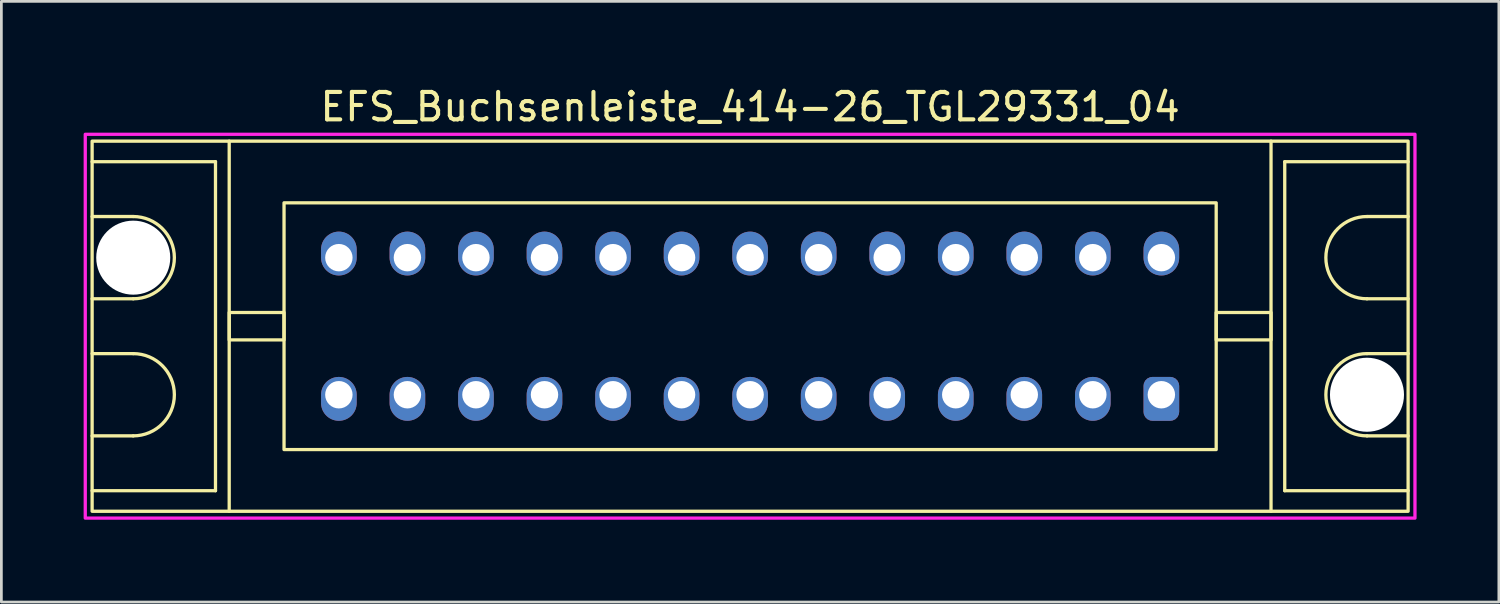
<source format=kicad_pcb>
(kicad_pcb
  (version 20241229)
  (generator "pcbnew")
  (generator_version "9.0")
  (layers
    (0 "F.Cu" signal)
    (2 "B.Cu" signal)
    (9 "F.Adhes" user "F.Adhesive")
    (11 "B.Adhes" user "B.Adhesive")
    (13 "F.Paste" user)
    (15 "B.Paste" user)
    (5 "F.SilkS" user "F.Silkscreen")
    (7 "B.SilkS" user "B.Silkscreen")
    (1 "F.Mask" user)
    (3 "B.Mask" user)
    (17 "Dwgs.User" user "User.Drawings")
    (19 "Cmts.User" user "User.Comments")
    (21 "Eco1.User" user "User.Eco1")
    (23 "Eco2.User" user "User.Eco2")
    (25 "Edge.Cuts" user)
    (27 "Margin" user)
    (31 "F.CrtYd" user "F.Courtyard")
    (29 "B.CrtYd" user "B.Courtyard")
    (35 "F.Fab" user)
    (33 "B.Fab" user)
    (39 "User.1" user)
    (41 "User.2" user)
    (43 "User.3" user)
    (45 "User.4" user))
  (footprint "EFS_Buchsenleiste_414-26_TGL29331_04"
    (layer "F.Cu")
    (at 24.31 8.848)
    (property "Reference" "EFS_Buchsenleiste_414-26_TGL29331_04" (at 0 -8 180) (layer "F.SilkS") (effects (font (size 1 1) (thickness 0.15))))
    (attr through_hole)
    (fp_line (start -24 -6) (end -19.5 -6) (stroke (width 0.12) (type solid)) (layer "F.SilkS"))
    (fp_line (start -22.5 -4) (end -24 -4) (stroke (width 0.12) (type solid)) (layer "F.SilkS"))
    (fp_line (start -22.5 -1) (end -24 -1) (stroke (width 0.12) (type solid)) (layer "F.SilkS"))
    (fp_line (start -22.5 1) (end -24 1) (stroke (width 0.12) (type solid)) (layer "F.SilkS"))
    (fp_line (start -22.5 4) (end -24 4) (stroke (width 0.12) (type solid)) (layer "F.SilkS"))
    (fp_line (start -19.5 -6) (end -19.5 6) (stroke (width 0.12) (type solid)) (layer "F.SilkS"))
    (fp_line (start -19.5 6) (end -24 6) (stroke (width 0.12) (type solid)) (layer "F.SilkS"))
    (fp_line (start -19 6.75) (end -19 -6.75) (stroke (width 0.12) (type solid)) (layer "F.SilkS"))
    (fp_line (start 19 6.75) (end 19 -6.75) (stroke (width 0.12) (type solid)) (layer "F.SilkS"))
    (fp_line (start 19.5 -6) (end 19.5 6) (stroke (width 0.12) (type solid)) (layer "F.SilkS"))
    (fp_line (start 19.5 6) (end 24 6) (stroke (width 0.12) (type solid)) (layer "F.SilkS"))
    (fp_line (start 22.5 -4) (end 24 -4) (stroke (width 0.12) (type solid)) (layer "F.SilkS"))
    (fp_line (start 22.5 -1) (end 24 -1) (stroke (width 0.12) (type solid)) (layer "F.SilkS"))
    (fp_line (start 22.5 1) (end 24 1) (stroke (width 0.12) (type solid)) (layer "F.SilkS"))
    (fp_line (start 22.5 4) (end 24 4) (stroke (width 0.12) (type solid)) (layer "F.SilkS"))
    (fp_line (start 24 -6) (end 19.5 -6) (stroke (width 0.12) (type solid)) (layer "F.SilkS"))
    (fp_rect (start -24 -6.75) (end 24 6.75) (stroke (width 0.12) (type solid)) (fill no) (layer "F.SilkS"))
    (fp_rect (start -19 -0.5) (end -17 0.5) (stroke (width 0.12) (type solid)) (fill no) (layer "F.SilkS"))
    (fp_rect (start -17 -4.5) (end 17 4.5) (stroke (width 0.12) (type solid)) (fill no) (layer "F.SilkS"))
    (fp_rect (start 19 -0.5) (end 17 0.5) (stroke (width 0.12) (type solid)) (fill no) (layer "F.SilkS"))
    (fp_arc (start -22.5 -4) (mid -21 -2.5) (end -22.5 -1) (stroke (width 0.12) (type solid)) (layer "F.SilkS"))
    (fp_arc (start -22.5 1) (mid -21 2.5) (end -22.5 4) (stroke (width 0.12) (type solid)) (layer "F.SilkS"))
    (fp_arc (start 22.5 -1) (mid 21 -2.5) (end 22.5 -4) (stroke (width 0.12) (type solid)) (layer "F.SilkS"))
    (fp_arc (start 22.5 4) (mid 21 2.5) (end 22.5 1) (stroke (width 0.12) (type solid)) (layer "F.SilkS"))
    (fp_rect (start -24.25 -7) (end 24.25 7) (stroke (width 0.12) (type solid)) (fill no) (layer "F.CrtYd"))
    (pad "" np_thru_hole circle (at -22.5 -2.5) (size 2.7 2.7) (drill 2.7) (layers "*.Cu" "*.Mask"))
    (pad "" np_thru_hole circle (at 22.5 2.5) (size 2.7 2.7) (drill 2.7) (layers "*.Cu" "*.Mask"))
    (pad "1a" thru_hole roundrect (at 15 2.5 180) (size 1.3 1.6) (drill 1 (offset 0 -0.15)) (layers "*.Cu" "*.Mask") (roundrect_rratio 0.25))
    (pad "1c" thru_hole oval (at 15 -2.5 180) (size 1.3 1.6) (drill 1 (offset 0 0.15)) (layers "*.Cu" "*.Mask"))
    (pad "2a" thru_hole oval (at 12.5 2.5 180) (size 1.3 1.6) (drill 1 (offset 0 -0.15)) (layers "*.Cu" "*.Mask"))
    (pad "2c" thru_hole oval (at 12.5 -2.5 180) (size 1.3 1.6) (drill 1 (offset 0 0.15)) (layers "*.Cu" "*.Mask"))
    (pad "3a" thru_hole oval (at 10 2.5 180) (size 1.3 1.6) (drill 1 (offset 0 -0.15)) (layers "*.Cu" "*.Mask"))
    (pad "3c" thru_hole oval (at 10 -2.5 180) (size 1.3 1.6) (drill 1 (offset 0 0.15)) (layers "*.Cu" "*.Mask"))
    (pad "4a" thru_hole oval (at 7.5 2.5 180) (size 1.3 1.6) (drill 1 (offset 0 -0.15)) (layers "*.Cu" "*.Mask"))
    (pad "4c" thru_hole oval (at 7.5 -2.5 180) (size 1.3 1.6) (drill 1 (offset 0 0.15)) (layers "*.Cu" "*.Mask"))
    (pad "5a" thru_hole oval (at 5 2.5 180) (size 1.3 1.6) (drill 1 (offset 0 -0.15)) (layers "*.Cu" "*.Mask"))
    (pad "5c" thru_hole oval (at 5 -2.5 180) (size 1.3 1.6) (drill 1 (offset 0 0.15)) (layers "*.Cu" "*.Mask"))
    (pad "6a" thru_hole oval (at 2.5 2.5 180) (size 1.3 1.6) (drill 1 (offset 0 -0.15)) (layers "*.Cu" "*.Mask"))
    (pad "6c" thru_hole oval (at 2.5 -2.5 180) (size 1.3 1.6) (drill 1 (offset 0 0.15)) (layers "*.Cu" "*.Mask"))
    (pad "7a" thru_hole oval (at 0 2.5 180) (size 1.3 1.6) (drill 1 (offset 0 -0.15)) (layers "*.Cu" "*.Mask"))
    (pad "7c" thru_hole oval (at 0 -2.5 180) (size 1.3 1.6) (drill 1 (offset 0 0.15)) (layers "*.Cu" "*.Mask"))
    (pad "8a" thru_hole oval (at -2.5 2.5 180) (size 1.3 1.6) (drill 1 (offset 0 -0.15)) (layers "*.Cu" "*.Mask"))
    (pad "8c" thru_hole oval (at -2.5 -2.5 180) (size 1.3 1.6) (drill 1 (offset 0 0.15)) (layers "*.Cu" "*.Mask"))
    (pad "9a" thru_hole oval (at -5 2.5 180) (size 1.3 1.6) (drill 1 (offset 0 -0.15)) (layers "*.Cu" "*.Mask"))
    (pad "9c" thru_hole oval (at -5 -2.5 180) (size 1.3 1.6) (drill 1 (offset 0 0.15)) (layers "*.Cu" "*.Mask"))
    (pad "10a" thru_hole oval (at -7.5 2.5 180) (size 1.3 1.6) (drill 1 (offset 0 -0.15)) (layers "*.Cu" "*.Mask"))
    (pad "10c" thru_hole oval (at -7.5 -2.5 180) (size 1.3 1.6) (drill 1 (offset 0 0.15)) (layers "*.Cu" "*.Mask"))
    (pad "11a" thru_hole oval (at -10 2.5 180) (size 1.3 1.6) (drill 1 (offset 0 -0.15)) (layers "*.Cu" "*.Mask"))
    (pad "11c" thru_hole oval (at -10 -2.5 180) (size 1.3 1.6) (drill 1 (offset 0 0.15)) (layers "*.Cu" "*.Mask"))
    (pad "12a" thru_hole oval (at -12.5 2.5 180) (size 1.3 1.6) (drill 1 (offset 0 -0.15)) (layers "*.Cu" "*.Mask"))
    (pad "12c" thru_hole oval (at -12.5 -2.5 180) (size 1.3 1.6) (drill 1 (offset 0 0.15)) (layers "*.Cu" "*.Mask"))
    (pad "13a" thru_hole oval (at -15 2.5 180) (size 1.3 1.6) (drill 1 (offset 0 -0.15)) (layers "*.Cu" "*.Mask"))
    (pad "13c" thru_hole oval (at -15 -2.5 180) (size 1.3 1.6) (drill 1 (offset 0 0.15)) (layers "*.Cu" "*.Mask")))
  (gr_rect
    (start -3 -3)
    (end 51.62 18.908)
    (stroke (width 0.1) (type default))
    (fill no)
    (layer "Edge.Cuts")))
</source>
